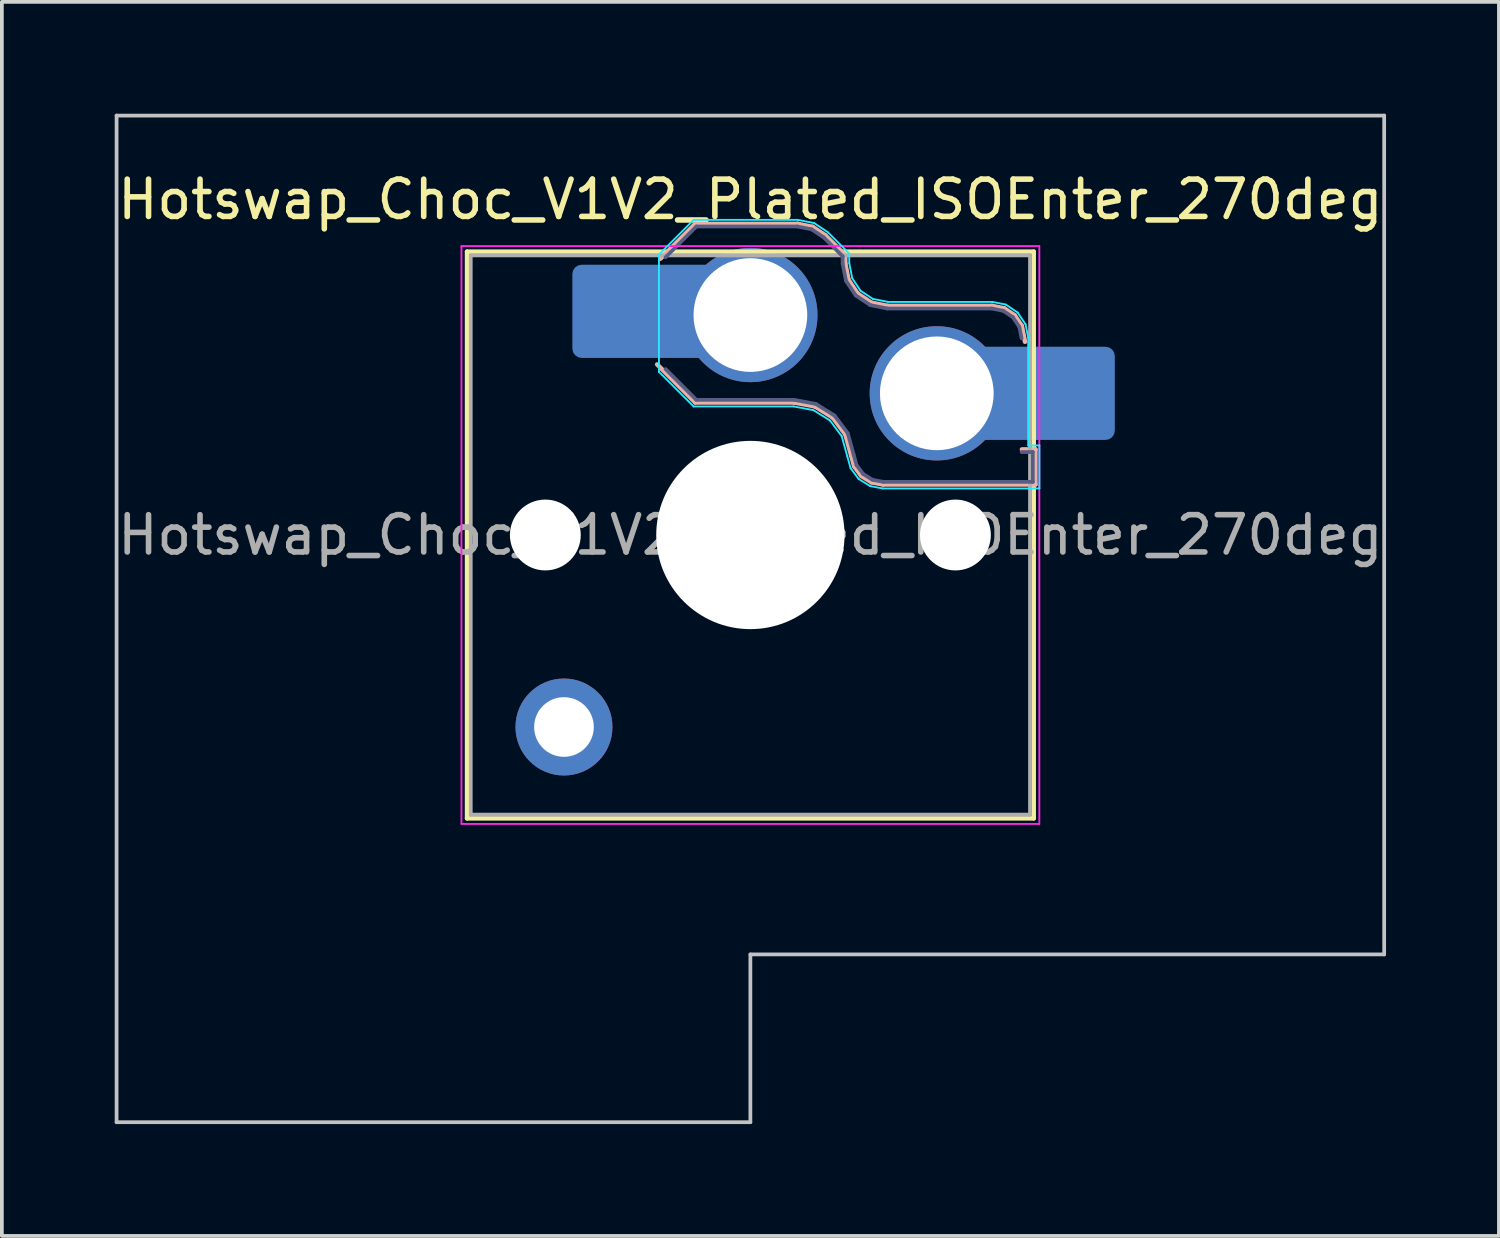
<source format=kicad_pcb>
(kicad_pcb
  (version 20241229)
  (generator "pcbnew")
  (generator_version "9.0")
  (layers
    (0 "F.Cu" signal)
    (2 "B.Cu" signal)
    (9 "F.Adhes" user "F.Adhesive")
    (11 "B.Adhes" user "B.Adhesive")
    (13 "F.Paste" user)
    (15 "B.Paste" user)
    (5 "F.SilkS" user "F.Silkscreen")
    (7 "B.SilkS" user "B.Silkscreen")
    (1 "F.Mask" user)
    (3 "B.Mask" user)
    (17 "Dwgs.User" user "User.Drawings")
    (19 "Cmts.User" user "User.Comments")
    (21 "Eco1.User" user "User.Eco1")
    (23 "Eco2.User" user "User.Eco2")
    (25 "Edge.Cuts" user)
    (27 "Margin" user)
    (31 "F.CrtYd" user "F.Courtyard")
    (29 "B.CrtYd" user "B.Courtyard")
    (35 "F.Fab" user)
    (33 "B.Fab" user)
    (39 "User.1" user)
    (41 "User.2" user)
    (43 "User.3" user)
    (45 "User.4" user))
  (footprint "Hotswap_Choc_V1V2_Plated_ISOEnter_270deg"
    (layer "F.Cu")
    (at 17.077 11.3)
    (property "Reference" "Hotswap_Choc_V1V2_Plated_ISOEnter_270deg" (at 0 -9 0) (layer "F.SilkS") (effects (font (size 1 1) (thickness 0.15))))
    (attr smd allow_soldermask_bridges)
    (fp_line (start -7.6 -7.6) (end -7.6 7.6) (stroke (width 0.12) (type solid)) (layer "F.SilkS"))
    (fp_line (start -7.6 7.6) (end 7.6 7.6) (stroke (width 0.12) (type solid)) (layer "F.SilkS"))
    (fp_line (start 7.6 -7.6) (end -7.6 -7.6) (stroke (width 0.12) (type solid)) (layer "F.SilkS"))
    (fp_line (start 7.6 7.6) (end 7.6 -7.6) (stroke (width 0.12) (type solid)) (layer "F.SilkS"))
    (fp_line (start -2.416 -7.409) (end -1.479 -8.346) (stroke (width 0.12) (type solid)) (layer "B.SilkS"))
    (fp_line (start -1.479 -8.346) (end 1.268 -8.346) (stroke (width 0.12) (type solid)) (layer "B.SilkS"))
    (fp_line (start -1.479 -3.554) (end -2.5 -4.575) (stroke (width 0.12) (type solid)) (layer "B.SilkS"))
    (fp_line (start 1.168 -3.554) (end -1.479 -3.554) (stroke (width 0.12) (type solid)) (layer "B.SilkS"))
    (fp_line (start 1.268 -8.346) (end 1.671 -8.266) (stroke (width 0.12) (type solid)) (layer "B.SilkS"))
    (fp_line (start 1.671 -8.266) (end 2.013 -8.037) (stroke (width 0.12) (type solid)) (layer "B.SilkS"))
    (fp_line (start 1.73 -3.449) (end 1.168 -3.554) (stroke (width 0.12) (type solid)) (layer "B.SilkS"))
    (fp_line (start 2.013 -8.037) (end 2.546 -7.504) (stroke (width 0.12) (type solid)) (layer "B.SilkS"))
    (fp_line (start 2.209 -3.15) (end 1.73 -3.449) (stroke (width 0.12) (type solid)) (layer "B.SilkS"))
    (fp_line (start 2.546 -7.504) (end 2.546 -7.282) (stroke (width 0.12) (type solid)) (layer "B.SilkS"))
    (fp_line (start 2.546 -7.282) (end 2.633 -6.844) (stroke (width 0.12) (type solid)) (layer "B.SilkS"))
    (fp_line (start 2.547 -2.697) (end 2.209 -3.15) (stroke (width 0.12) (type solid)) (layer "B.SilkS"))
    (fp_line (start 2.633 -6.844) (end 2.877 -6.477) (stroke (width 0.12) (type solid)) (layer "B.SilkS"))
    (fp_line (start 2.701 -2.139) (end 2.547 -2.697) (stroke (width 0.12) (type solid)) (layer "B.SilkS"))
    (fp_line (start 2.783 -1.841) (end 2.701 -2.139) (stroke (width 0.12) (type solid)) (layer "B.SilkS"))
    (fp_line (start 2.877 -6.477) (end 3.244 -6.233) (stroke (width 0.12) (type solid)) (layer "B.SilkS"))
    (fp_line (start 2.976 -1.583) (end 2.783 -1.841) (stroke (width 0.12) (type solid)) (layer "B.SilkS"))
    (fp_line (start 3.244 -6.233) (end 3.682 -6.146) (stroke (width 0.12) (type solid)) (layer "B.SilkS"))
    (fp_line (start 3.25 -1.413) (end 2.976 -1.583) (stroke (width 0.12) (type solid)) (layer "B.SilkS"))
    (fp_line (start 3.56 -1.354) (end 3.25 -1.413) (stroke (width 0.12) (type solid)) (layer "B.SilkS"))
    (fp_line (start 3.682 -6.146) (end 6.482 -6.146) (stroke (width 0.12) (type solid)) (layer "B.SilkS"))
    (fp_line (start 6.482 -6.146) (end 6.809 -6.081) (stroke (width 0.12) (type solid)) (layer "B.SilkS"))
    (fp_line (start 6.809 -6.081) (end 7.092 -5.892) (stroke (width 0.12) (type solid)) (layer "B.SilkS"))
    (fp_line (start 7.092 -5.892) (end 7.281 -5.609) (stroke (width 0.12) (type solid)) (layer "B.SilkS"))
    (fp_line (start 7.281 -5.609) (end 7.366 -5.182) (stroke (width 0.12) (type solid)) (layer "B.SilkS"))
    (fp_line (start 7.283 -2.296) (end 7.646 -2.296) (stroke (width 0.12) (type solid)) (layer "B.SilkS"))
    (fp_line (start 7.646 -2.296) (end 7.646 -1.354) (stroke (width 0.12) (type solid)) (layer "B.SilkS"))
    (fp_line (start 7.646 -1.354) (end 3.56 -1.354) (stroke (width 0.12) (type solid)) (layer "B.SilkS"))
    (fp_line (start -17 -11.25) (end -17 15.75) (stroke (width 0.1) (type solid)) (layer "Dwgs.User"))
    (fp_line (start -17 15.75) (end 0 15.75) (stroke (width 0.1) (type solid)) (layer "Dwgs.User"))
    (fp_line (start 0 11.25) (end 17 11.25) (stroke (width 0.1) (type solid)) (layer "Dwgs.User"))
    (fp_line (start 0 15.75) (end 0 11.25) (stroke (width 0.1) (type solid)) (layer "Dwgs.User"))
    (fp_line (start 17 -11.25) (end -17 -11.25) (stroke (width 0.1) (type solid)) (layer "Dwgs.User"))
    (fp_line (start 17 11.25) (end 17 -11.25) (stroke (width 0.1) (type solid)) (layer "Dwgs.User"))
    (fp_line (start -7.25 -7.25) (end -7.25 7.25) (stroke (width 0.1) (type solid)) (layer "Eco1.User"))
    (fp_line (start -7.25 7.25) (end 7.25 7.25) (stroke (width 0.1) (type solid)) (layer "Eco1.User"))
    (fp_line (start 7.25 -7.25) (end -7.25 -7.25) (stroke (width 0.1) (type solid)) (layer "Eco1.User"))
    (fp_line (start 7.25 7.25) (end 7.25 -7.25) (stroke (width 0.1) (type solid)) (layer "Eco1.User"))
    (fp_line (start -2.452 -7.523) (end -1.523 -8.452) (stroke (width 0.05) (type solid)) (layer "B.CrtYd"))
    (fp_line (start -2.452 -4.377) (end -2.452 -7.523) (stroke (width 0.05) (type solid)) (layer "B.CrtYd"))
    (fp_line (start -1.523 -8.452) (end 1.278 -8.452) (stroke (width 0.05) (type solid)) (layer "B.CrtYd"))
    (fp_line (start -1.523 -3.448) (end -2.452 -4.377) (stroke (width 0.05) (type solid)) (layer "B.CrtYd"))
    (fp_line (start 1.159 -3.448) (end -1.523 -3.448) (stroke (width 0.05) (type solid)) (layer "B.CrtYd"))
    (fp_line (start 1.278 -8.452) (end 1.712 -8.366) (stroke (width 0.05) (type solid)) (layer "B.CrtYd"))
    (fp_line (start 1.691 -3.348) (end 1.159 -3.448) (stroke (width 0.05) (type solid)) (layer "B.CrtYd"))
    (fp_line (start 1.712 -8.366) (end 2.081 -8.119) (stroke (width 0.05) (type solid)) (layer "B.CrtYd"))
    (fp_line (start 2.081 -8.119) (end 2.652 -7.548) (stroke (width 0.05) (type solid)) (layer "B.CrtYd"))
    (fp_line (start 2.136 -3.071) (end 1.691 -3.348) (stroke (width 0.05) (type solid)) (layer "B.CrtYd"))
    (fp_line (start 2.45 -2.65) (end 2.136 -3.071) (stroke (width 0.05) (type solid)) (layer "B.CrtYd"))
    (fp_line (start 2.599 -2.111) (end 2.45 -2.65) (stroke (width 0.05) (type solid)) (layer "B.CrtYd"))
    (fp_line (start 2.652 -7.548) (end 2.652 -7.292) (stroke (width 0.05) (type solid)) (layer "B.CrtYd"))
    (fp_line (start 2.652 -7.292) (end 2.733 -6.885) (stroke (width 0.05) (type solid)) (layer "B.CrtYd"))
    (fp_line (start 2.687 -1.794) (end 2.599 -2.111) (stroke (width 0.05) (type solid)) (layer "B.CrtYd"))
    (fp_line (start 2.733 -6.885) (end 2.953 -6.553) (stroke (width 0.05) (type solid)) (layer "B.CrtYd"))
    (fp_line (start 2.903 -1.503) (end 2.687 -1.794) (stroke (width 0.05) (type solid)) (layer "B.CrtYd"))
    (fp_line (start 2.953 -6.553) (end 3.285 -6.333) (stroke (width 0.05) (type solid)) (layer "B.CrtYd"))
    (fp_line (start 3.211 -1.312) (end 2.903 -1.503) (stroke (width 0.05) (type solid)) (layer "B.CrtYd"))
    (fp_line (start 3.285 -6.333) (end 3.692 -6.252) (stroke (width 0.05) (type solid)) (layer "B.CrtYd"))
    (fp_line (start 3.55 -1.248) (end 3.211 -1.312) (stroke (width 0.05) (type solid)) (layer "B.CrtYd"))
    (fp_line (start 3.692 -6.252) (end 6.492 -6.252) (stroke (width 0.05) (type solid)) (layer "B.CrtYd"))
    (fp_line (start 6.492 -6.252) (end 6.85 -6.181) (stroke (width 0.05) (type solid)) (layer "B.CrtYd"))
    (fp_line (start 6.85 -6.181) (end 7.168 -5.968) (stroke (width 0.05) (type solid)) (layer "B.CrtYd"))
    (fp_line (start 7.168 -5.968) (end 7.381 -5.65) (stroke (width 0.05) (type solid)) (layer "B.CrtYd"))
    (fp_line (start 7.381 -5.65) (end 7.452 -5.292) (stroke (width 0.05) (type solid)) (layer "B.CrtYd"))
    (fp_line (start 7.452 -5.292) (end 7.452 -2.402) (stroke (width 0.05) (type solid)) (layer "B.CrtYd"))
    (fp_line (start 7.452 -2.402) (end 7.752 -2.402) (stroke (width 0.05) (type solid)) (layer "B.CrtYd"))
    (fp_line (start 7.752 -2.402) (end 7.752 -1.248) (stroke (width 0.05) (type solid)) (layer "B.CrtYd"))
    (fp_line (start 7.752 -1.248) (end 3.55 -1.248) (stroke (width 0.05) (type solid)) (layer "B.CrtYd"))
    (fp_line (start -7.75 -7.75) (end -7.75 7.75) (stroke (width 0.05) (type solid)) (layer "F.CrtYd"))
    (fp_line (start -7.75 7.75) (end 7.75 7.75) (stroke (width 0.05) (type solid)) (layer "F.CrtYd"))
    (fp_line (start 7.75 -7.75) (end -7.75 -7.75) (stroke (width 0.05) (type solid)) (layer "F.CrtYd"))
    (fp_line (start 7.75 7.75) (end 7.75 -7.75) (stroke (width 0.05) (type solid)) (layer "F.CrtYd"))
    (fp_line (start -2.275 -7.45) (end -1.45 -8.275) (stroke (width 0.1) (type solid)) (layer "B.Fab"))
    (fp_line (start -1.45 -8.275) (end 1.261 -8.275) (stroke (width 0.1) (type solid)) (layer "B.Fab"))
    (fp_line (start -1.45 -3.625) (end -2.275 -4.45) (stroke (width 0.1) (type solid)) (layer "B.Fab"))
    (fp_line (start 1.175 -3.625) (end -1.45 -3.625) (stroke (width 0.1) (type solid)) (layer "B.Fab"))
    (fp_line (start 1.261 -8.275) (end 1.643 -8.199) (stroke (width 0.1) (type solid)) (layer "B.Fab"))
    (fp_line (start 1.643 -8.199) (end 1.968 -7.982) (stroke (width 0.1) (type solid)) (layer "B.Fab"))
    (fp_line (start 1.756 -3.516) (end 1.175 -3.625) (stroke (width 0.1) (type solid)) (layer "B.Fab"))
    (fp_line (start 1.968 -7.982) (end 2.475 -7.475) (stroke (width 0.1) (type solid)) (layer "B.Fab"))
    (fp_line (start 2.258 -3.203) (end 1.756 -3.516) (stroke (width 0.1) (type solid)) (layer "B.Fab"))
    (fp_line (start 2.475 -7.475) (end 2.475 -7.275) (stroke (width 0.1) (type solid)) (layer "B.Fab"))
    (fp_line (start 2.475 -7.275) (end 2.566 -6.816) (stroke (width 0.1) (type solid)) (layer "B.Fab"))
    (fp_line (start 2.566 -6.816) (end 2.826 -6.426) (stroke (width 0.1) (type solid)) (layer "B.Fab"))
    (fp_line (start 2.612 -2.729) (end 2.258 -3.203) (stroke (width 0.1) (type solid)) (layer "B.Fab"))
    (fp_line (start 2.769 -2.158) (end 2.612 -2.729) (stroke (width 0.1) (type solid)) (layer "B.Fab"))
    (fp_line (start 2.826 -6.426) (end 3.216 -6.166) (stroke (width 0.1) (type solid)) (layer "B.Fab"))
    (fp_line (start 2.848 -1.873) (end 2.769 -2.158) (stroke (width 0.1) (type solid)) (layer "B.Fab"))
    (fp_line (start 3.025 -1.636) (end 2.848 -1.873) (stroke (width 0.1) (type solid)) (layer "B.Fab"))
    (fp_line (start 3.216 -6.166) (end 3.675 -6.075) (stroke (width 0.1) (type solid)) (layer "B.Fab"))
    (fp_line (start 3.276 -1.48) (end 3.025 -1.636) (stroke (width 0.1) (type solid)) (layer "B.Fab"))
    (fp_line (start 3.567 -1.425) (end 3.276 -1.48) (stroke (width 0.1) (type solid)) (layer "B.Fab"))
    (fp_line (start 3.675 -6.075) (end 6.475 -6.075) (stroke (width 0.1) (type solid)) (layer "B.Fab"))
    (fp_line (start 6.475 -6.075) (end 6.781 -6.014) (stroke (width 0.1) (type solid)) (layer "B.Fab"))
    (fp_line (start 6.781 -6.014) (end 7.041 -5.841) (stroke (width 0.1) (type solid)) (layer "B.Fab"))
    (fp_line (start 7.041 -5.841) (end 7.214 -5.581) (stroke (width 0.1) (type solid)) (layer "B.Fab"))
    (fp_line (start 7.214 -5.581) (end 7.275 -5.275) (stroke (width 0.1) (type solid)) (layer "B.Fab"))
    (fp_line (start 7.275 -2.225) (end 7.575 -2.225) (stroke (width 0.1) (type solid)) (layer "B.Fab"))
    (fp_line (start 7.575 -2.225) (end 7.575 -1.425) (stroke (width 0.1) (type solid)) (layer "B.Fab"))
    (fp_line (start 7.575 -1.425) (end 3.567 -1.425) (stroke (width 0.1) (type solid)) (layer "B.Fab"))
    (fp_line (start -7.5 -7.5) (end -7.5 7.5) (stroke (width 0.1) (type solid)) (layer "F.Fab"))
    (fp_line (start -7.5 7.5) (end 7.5 7.5) (stroke (width 0.1) (type solid)) (layer "F.Fab"))
    (fp_line (start 7.5 -7.5) (end -7.5 -7.5) (stroke (width 0.1) (type solid)) (layer "F.Fab"))
    (fp_line (start 7.5 7.5) (end 7.5 -7.5) (stroke (width 0.1) (type solid)) (layer "F.Fab"))
    (fp_text user "${REFERENCE}" (at 0 0 0) (layer "F.Fab") (effects (font (size 1 1) (thickness 0.15))))
    (pad "" np_thru_hole circle (at -5.5 0) (size 1.9 1.9) (drill 1.9) (layers "*.Cu" "*.Mask"))
    (pad "" thru_hole circle (at -5 5.15) (size 2.6 2.6) (drill 1.6) (layers "*.Cu" "*.Mask"))
    (pad "" smd roundrect (at -3.5 -6) (size 2.55 2.5) (layers "B.Mask" "B.Paste") (roundrect_rratio 0.1))
    (pad "" np_thru_hole circle (at 0 0) (size 5.05 5.05) (drill 5.05) (layers "*.Cu" "*.Mask"))
    (pad "" np_thru_hole circle (at 5.5 0) (size 1.9 1.9) (drill 1.9) (layers "*.Cu" "*.Mask"))
    (pad "" smd roundrect (at 8.5 -3.8) (size 2.55 2.5) (layers "B.Mask" "B.Paste") (roundrect_rratio 0.1))
    (pad "1" smd roundrect (at -2.85 -6) (size 3.85 2.5) (layers "B.Cu") (roundrect_rratio 0.1))
    (pad "1" thru_hole circle (at 0 -5.9) (size 3.6 3.6) (drill 3.05) (layers "*.Cu" "*.Mask"))
    (pad "2" thru_hole circle (at 5 -3.8) (size 3.6 3.6) (drill 3.05) (layers "*.Cu" "*.Mask"))
    (pad "2" smd roundrect (at 7.85 -3.8) (size 3.85 2.5) (layers "B.Cu") (roundrect_rratio 0.1)))
  (gr_rect
    (start -3 -3)
    (end 37.155 30.1)
    (stroke (width 0.1) (type default))
    (fill no)
    (layer "Edge.Cuts")))
</source>
